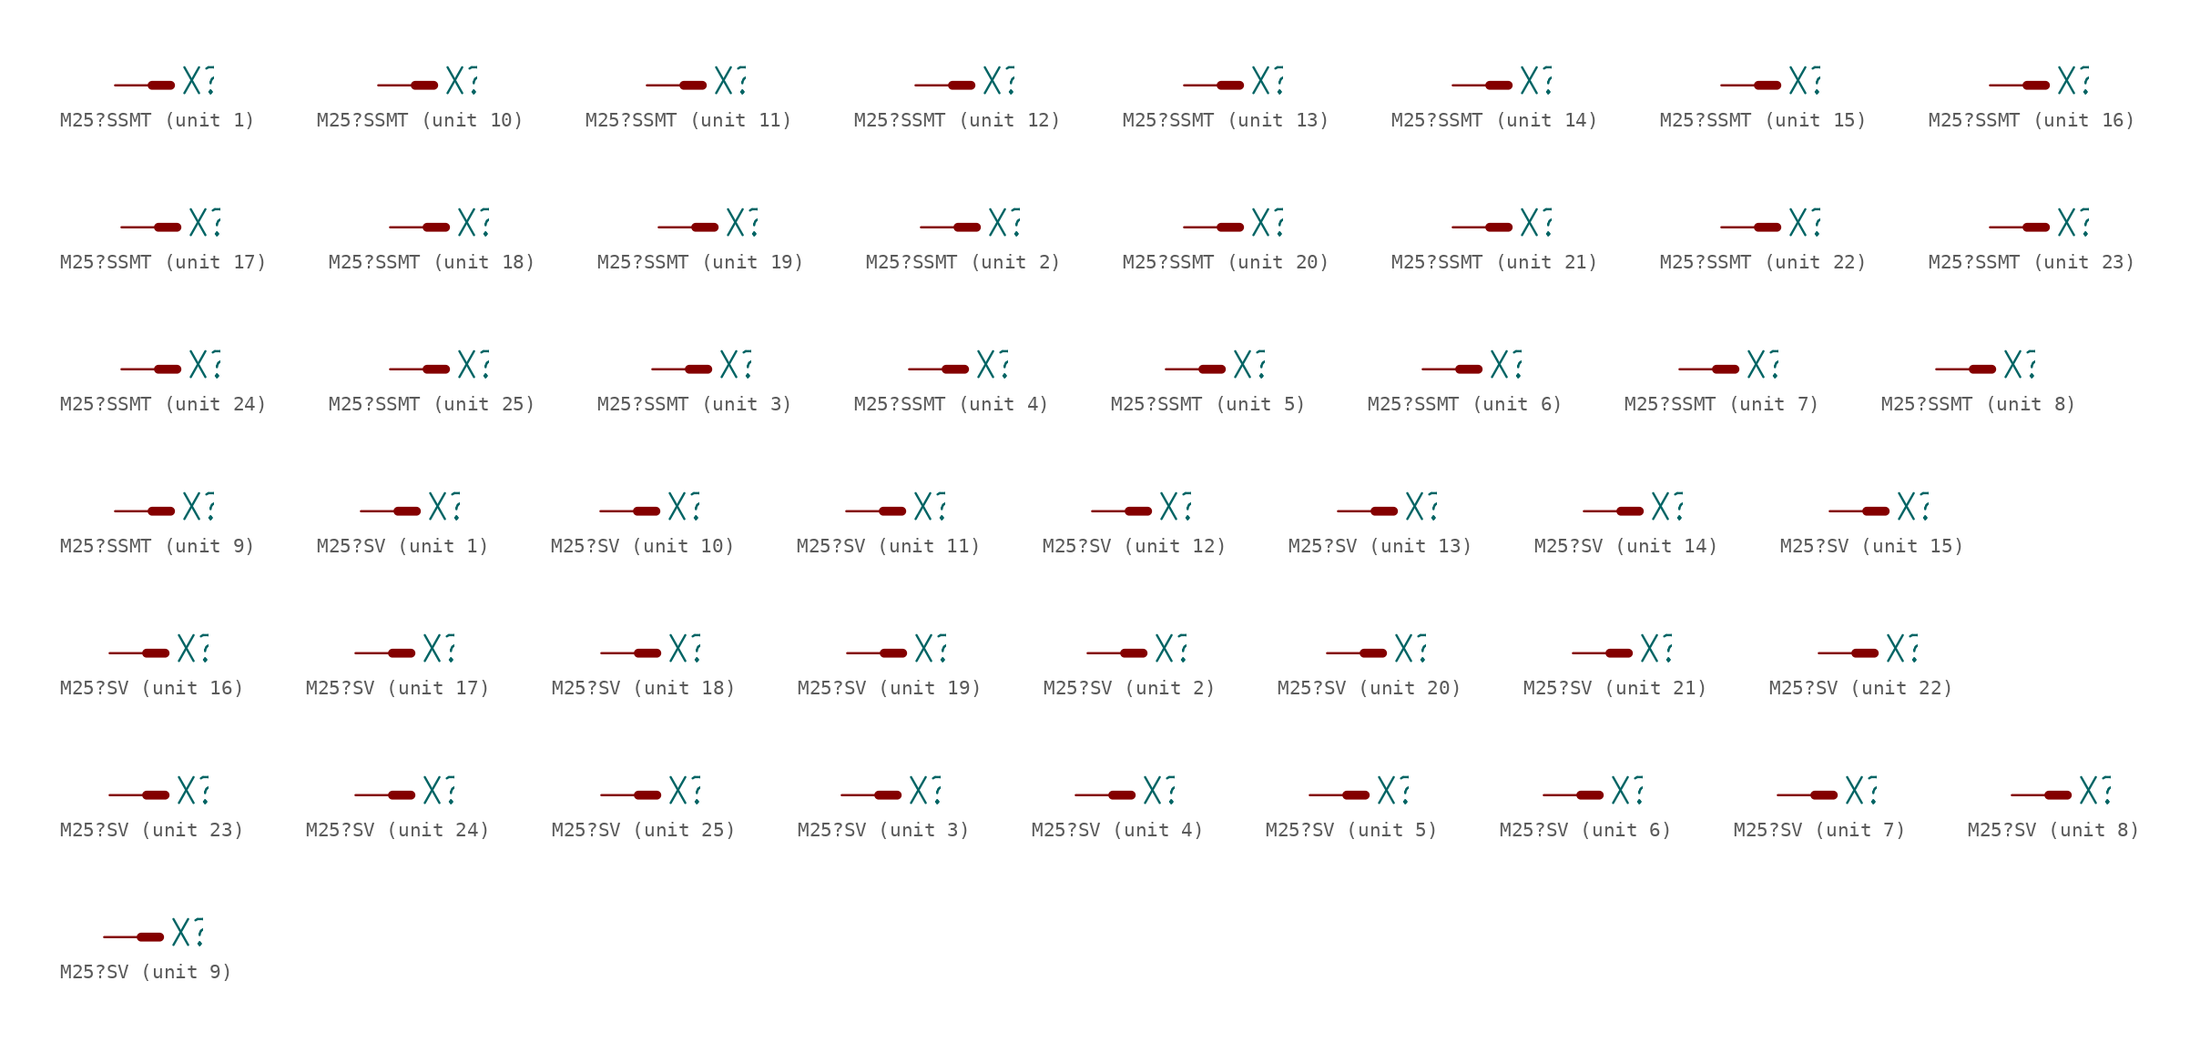
<source format=kicad_sym>
(kicad_symbol_lib
  (version 20220914)
  (generator kicad_symbol_editor)
  (symbol "M25?SSMT"
    (property "Reference" "X"
      (at 1.905 -0.762 0)
      (effects (font (size 1.778 1.511)) (justify left bottom)))
    (property "ki_locked" ""
      (at 0 0 0)
      (effects (font (size 1.27 1.27))))
    (symbol "M25?SSMT_1_0"
      (polyline (pts (xy 0 0) (xy 1.27 0)) (stroke (width 0.61) (type solid)) (fill (type none)))
      (pin passive line (at -2.54 0 0) (length 2.54) (name "M" (effects (font (size 0 0)))) (number "1" (effects (font (size 0 0))))))
    (symbol "M25?SSMT_2_0"
      (polyline (pts (xy 0 0) (xy 1.27 0)) (stroke (width 0.61) (type solid)) (fill (type none)))
      (pin passive line (at -2.54 0 0) (length 2.54) (name "M" (effects (font (size 0 0)))) (number "2" (effects (font (size 0 0))))))
    (symbol "M25?SSMT_3_0"
      (polyline (pts (xy 0 0) (xy 1.27 0)) (stroke (width 0.61) (type solid)) (fill (type none)))
      (pin passive line (at -2.54 0 0) (length 2.54) (name "M" (effects (font (size 0 0)))) (number "3" (effects (font (size 0 0))))))
    (symbol "M25?SSMT_4_0"
      (polyline (pts (xy 0 0) (xy 1.27 0)) (stroke (width 0.61) (type solid)) (fill (type none)))
      (pin passive line (at -2.54 0 0) (length 2.54) (name "M" (effects (font (size 0 0)))) (number "4" (effects (font (size 0 0))))))
    (symbol "M25?SSMT_5_0"
      (polyline (pts (xy 0 0) (xy 1.27 0)) (stroke (width 0.61) (type solid)) (fill (type none)))
      (pin passive line (at -2.54 0 0) (length 2.54) (name "M" (effects (font (size 0 0)))) (number "5" (effects (font (size 0 0))))))
    (symbol "M25?SSMT_6_0"
      (polyline (pts (xy 0 0) (xy 1.27 0)) (stroke (width 0.61) (type solid)) (fill (type none)))
      (pin passive line (at -2.54 0 0) (length 2.54) (name "M" (effects (font (size 0 0)))) (number "6" (effects (font (size 0 0))))))
    (symbol "M25?SSMT_7_0"
      (polyline (pts (xy 0 0) (xy 1.27 0)) (stroke (width 0.61) (type solid)) (fill (type none)))
      (pin passive line (at -2.54 0 0) (length 2.54) (name "M" (effects (font (size 0 0)))) (number "7" (effects (font (size 0 0))))))
    (symbol "M25?SSMT_8_0"
      (polyline (pts (xy 0 0) (xy 1.27 0)) (stroke (width 0.61) (type solid)) (fill (type none)))
      (pin passive line (at -2.54 0 0) (length 2.54) (name "M" (effects (font (size 0 0)))) (number "8" (effects (font (size 0 0))))))
    (symbol "M25?SSMT_9_0"
      (polyline (pts (xy 0 0) (xy 1.27 0)) (stroke (width 0.61) (type solid)) (fill (type none)))
      (pin passive line (at -2.54 0 0) (length 2.54) (name "M" (effects (font (size 0 0)))) (number "9" (effects (font (size 0 0))))))
    (symbol "M25?SSMT_10_0"
      (polyline (pts (xy 0 0) (xy 1.27 0)) (stroke (width 0.61) (type solid)) (fill (type none)))
      (pin passive line (at -2.54 0 0) (length 2.54) (name "M" (effects (font (size 0 0)))) (number "10" (effects (font (size 0 0))))))
    (symbol "M25?SSMT_11_0"
      (polyline (pts (xy 0 0) (xy 1.27 0)) (stroke (width 0.61) (type solid)) (fill (type none)))
      (pin passive line (at -2.54 0 0) (length 2.54) (name "M" (effects (font (size 0 0)))) (number "11" (effects (font (size 0 0))))))
    (symbol "M25?SSMT_12_0"
      (polyline (pts (xy 0 0) (xy 1.27 0)) (stroke (width 0.61) (type solid)) (fill (type none)))
      (pin passive line (at -2.54 0 0) (length 2.54) (name "M" (effects (font (size 0 0)))) (number "12" (effects (font (size 0 0))))))
    (symbol "M25?SSMT_13_0"
      (polyline (pts (xy 0 0) (xy 1.27 0)) (stroke (width 0.61) (type solid)) (fill (type none)))
      (pin passive line (at -2.54 0 0) (length 2.54) (name "M" (effects (font (size 0 0)))) (number "13" (effects (font (size 0 0))))))
    (symbol "M25?SSMT_14_0"
      (polyline (pts (xy 0 0) (xy 1.27 0)) (stroke (width 0.61) (type solid)) (fill (type none)))
      (pin passive line (at -2.54 0 0) (length 2.54) (name "M" (effects (font (size 0 0)))) (number "14" (effects (font (size 0 0))))))
    (symbol "M25?SSMT_15_0"
      (polyline (pts (xy 0 0) (xy 1.27 0)) (stroke (width 0.61) (type solid)) (fill (type none)))
      (pin passive line (at -2.54 0 0) (length 2.54) (name "M" (effects (font (size 0 0)))) (number "15" (effects (font (size 0 0))))))
    (symbol "M25?SSMT_16_0"
      (polyline (pts (xy 0 0) (xy 1.27 0)) (stroke (width 0.61) (type solid)) (fill (type none)))
      (pin passive line (at -2.54 0 0) (length 2.54) (name "M" (effects (font (size 0 0)))) (number "16" (effects (font (size 0 0))))))
    (symbol "M25?SSMT_17_0"
      (polyline (pts (xy 0 0) (xy 1.27 0)) (stroke (width 0.61) (type solid)) (fill (type none)))
      (pin passive line (at -2.54 0 0) (length 2.54) (name "M" (effects (font (size 0 0)))) (number "17" (effects (font (size 0 0))))))
    (symbol "M25?SSMT_18_0"
      (polyline (pts (xy 0 0) (xy 1.27 0)) (stroke (width 0.61) (type solid)) (fill (type none)))
      (pin passive line (at -2.54 0 0) (length 2.54) (name "M" (effects (font (size 0 0)))) (number "18" (effects (font (size 0 0))))))
    (symbol "M25?SSMT_19_0"
      (polyline (pts (xy 0 0) (xy 1.27 0)) (stroke (width 0.61) (type solid)) (fill (type none)))
      (pin passive line (at -2.54 0 0) (length 2.54) (name "M" (effects (font (size 0 0)))) (number "19" (effects (font (size 0 0))))))
    (symbol "M25?SSMT_20_0"
      (polyline (pts (xy 0 0) (xy 1.27 0)) (stroke (width 0.61) (type solid)) (fill (type none)))
      (pin passive line (at -2.54 0 0) (length 2.54) (name "M" (effects (font (size 0 0)))) (number "20" (effects (font (size 0 0))))))
    (symbol "M25?SSMT_21_0"
      (polyline (pts (xy 0 0) (xy 1.27 0)) (stroke (width 0.61) (type solid)) (fill (type none)))
      (pin passive line (at -2.54 0 0) (length 2.54) (name "M" (effects (font (size 0 0)))) (number "21" (effects (font (size 0 0))))))
    (symbol "M25?SSMT_22_0"
      (polyline (pts (xy 0 0) (xy 1.27 0)) (stroke (width 0.61) (type solid)) (fill (type none)))
      (pin passive line (at -2.54 0 0) (length 2.54) (name "M" (effects (font (size 0 0)))) (number "22" (effects (font (size 0 0))))))
    (symbol "M25?SSMT_23_0"
      (polyline (pts (xy 0 0) (xy 1.27 0)) (stroke (width 0.61) (type solid)) (fill (type none)))
      (pin passive line (at -2.54 0 0) (length 2.54) (name "M" (effects (font (size 0 0)))) (number "23" (effects (font (size 0 0))))))
    (symbol "M25?SSMT_24_0"
      (polyline (pts (xy 0 0) (xy 1.27 0)) (stroke (width 0.61) (type solid)) (fill (type none)))
      (pin passive line (at -2.54 0 0) (length 2.54) (name "M" (effects (font (size 0 0)))) (number "24" (effects (font (size 0 0))))))
    (symbol "M25?SSMT_25_0"
      (polyline (pts (xy 0 0) (xy 1.27 0)) (stroke (width 0.61) (type solid)) (fill (type none)))
      (pin passive line (at -2.54 0 0) (length 2.54) (name "M" (effects (font (size 0 0)))) (number "25" (effects (font (size 0 0)))))))
  (symbol "M25?SV"
    (property "Reference" "X"
      (at 1.905 -0.762 0)
      (effects (font (size 1.778 1.511)) (justify left bottom)))
    (property "ki_locked" ""
      (at 0 0 0)
      (effects (font (size 1.27 1.27))))
    (symbol "M25?SV_1_0"
      (polyline (pts (xy 0 0) (xy 1.27 0)) (stroke (width 0.61) (type solid)) (fill (type none)))
      (pin passive line (at -2.54 0 0) (length 2.54) (name "M" (effects (font (size 0 0)))) (number "1" (effects (font (size 0 0))))))
    (symbol "M25?SV_2_0"
      (polyline (pts (xy 0 0) (xy 1.27 0)) (stroke (width 0.61) (type solid)) (fill (type none)))
      (pin passive line (at -2.54 0 0) (length 2.54) (name "M" (effects (font (size 0 0)))) (number "2" (effects (font (size 0 0))))))
    (symbol "M25?SV_3_0"
      (polyline (pts (xy 0 0) (xy 1.27 0)) (stroke (width 0.61) (type solid)) (fill (type none)))
      (pin passive line (at -2.54 0 0) (length 2.54) (name "M" (effects (font (size 0 0)))) (number "3" (effects (font (size 0 0))))))
    (symbol "M25?SV_4_0"
      (polyline (pts (xy 0 0) (xy 1.27 0)) (stroke (width 0.61) (type solid)) (fill (type none)))
      (pin passive line (at -2.54 0 0) (length 2.54) (name "M" (effects (font (size 0 0)))) (number "4" (effects (font (size 0 0))))))
    (symbol "M25?SV_5_0"
      (polyline (pts (xy 0 0) (xy 1.27 0)) (stroke (width 0.61) (type solid)) (fill (type none)))
      (pin passive line (at -2.54 0 0) (length 2.54) (name "M" (effects (font (size 0 0)))) (number "5" (effects (font (size 0 0))))))
    (symbol "M25?SV_6_0"
      (polyline (pts (xy 0 0) (xy 1.27 0)) (stroke (width 0.61) (type solid)) (fill (type none)))
      (pin passive line (at -2.54 0 0) (length 2.54) (name "M" (effects (font (size 0 0)))) (number "6" (effects (font (size 0 0))))))
    (symbol "M25?SV_7_0"
      (polyline (pts (xy 0 0) (xy 1.27 0)) (stroke (width 0.61) (type solid)) (fill (type none)))
      (pin passive line (at -2.54 0 0) (length 2.54) (name "M" (effects (font (size 0 0)))) (number "7" (effects (font (size 0 0))))))
    (symbol "M25?SV_8_0"
      (polyline (pts (xy 0 0) (xy 1.27 0)) (stroke (width 0.61) (type solid)) (fill (type none)))
      (pin passive line (at -2.54 0 0) (length 2.54) (name "M" (effects (font (size 0 0)))) (number "8" (effects (font (size 0 0))))))
    (symbol "M25?SV_9_0"
      (polyline (pts (xy 0 0) (xy 1.27 0)) (stroke (width 0.61) (type solid)) (fill (type none)))
      (pin passive line (at -2.54 0 0) (length 2.54) (name "M" (effects (font (size 0 0)))) (number "9" (effects (font (size 0 0))))))
    (symbol "M25?SV_10_0"
      (polyline (pts (xy 0 0) (xy 1.27 0)) (stroke (width 0.61) (type solid)) (fill (type none)))
      (pin passive line (at -2.54 0 0) (length 2.54) (name "M" (effects (font (size 0 0)))) (number "10" (effects (font (size 0 0))))))
    (symbol "M25?SV_11_0"
      (polyline (pts (xy 0 0) (xy 1.27 0)) (stroke (width 0.61) (type solid)) (fill (type none)))
      (pin passive line (at -2.54 0 0) (length 2.54) (name "M" (effects (font (size 0 0)))) (number "11" (effects (font (size 0 0))))))
    (symbol "M25?SV_12_0"
      (polyline (pts (xy 0 0) (xy 1.27 0)) (stroke (width 0.61) (type solid)) (fill (type none)))
      (pin passive line (at -2.54 0 0) (length 2.54) (name "M" (effects (font (size 0 0)))) (number "12" (effects (font (size 0 0))))))
    (symbol "M25?SV_13_0"
      (polyline (pts (xy 0 0) (xy 1.27 0)) (stroke (width 0.61) (type solid)) (fill (type none)))
      (pin passive line (at -2.54 0 0) (length 2.54) (name "M" (effects (font (size 0 0)))) (number "13" (effects (font (size 0 0))))))
    (symbol "M25?SV_14_0"
      (polyline (pts (xy 0 0) (xy 1.27 0)) (stroke (width 0.61) (type solid)) (fill (type none)))
      (pin passive line (at -2.54 0 0) (length 2.54) (name "M" (effects (font (size 0 0)))) (number "14" (effects (font (size 0 0))))))
    (symbol "M25?SV_15_0"
      (polyline (pts (xy 0 0) (xy 1.27 0)) (stroke (width 0.61) (type solid)) (fill (type none)))
      (pin passive line (at -2.54 0 0) (length 2.54) (name "M" (effects (font (size 0 0)))) (number "15" (effects (font (size 0 0))))))
    (symbol "M25?SV_16_0"
      (polyline (pts (xy 0 0) (xy 1.27 0)) (stroke (width 0.61) (type solid)) (fill (type none)))
      (pin passive line (at -2.54 0 0) (length 2.54) (name "M" (effects (font (size 0 0)))) (number "16" (effects (font (size 0 0))))))
    (symbol "M25?SV_17_0"
      (polyline (pts (xy 0 0) (xy 1.27 0)) (stroke (width 0.61) (type solid)) (fill (type none)))
      (pin passive line (at -2.54 0 0) (length 2.54) (name "M" (effects (font (size 0 0)))) (number "17" (effects (font (size 0 0))))))
    (symbol "M25?SV_18_0"
      (polyline (pts (xy 0 0) (xy 1.27 0)) (stroke (width 0.61) (type solid)) (fill (type none)))
      (pin passive line (at -2.54 0 0) (length 2.54) (name "M" (effects (font (size 0 0)))) (number "18" (effects (font (size 0 0))))))
    (symbol "M25?SV_19_0"
      (polyline (pts (xy 0 0) (xy 1.27 0)) (stroke (width 0.61) (type solid)) (fill (type none)))
      (pin passive line (at -2.54 0 0) (length 2.54) (name "M" (effects (font (size 0 0)))) (number "19" (effects (font (size 0 0))))))
    (symbol "M25?SV_20_0"
      (polyline (pts (xy 0 0) (xy 1.27 0)) (stroke (width 0.61) (type solid)) (fill (type none)))
      (pin passive line (at -2.54 0 0) (length 2.54) (name "M" (effects (font (size 0 0)))) (number "20" (effects (font (size 0 0))))))
    (symbol "M25?SV_21_0"
      (polyline (pts (xy 0 0) (xy 1.27 0)) (stroke (width 0.61) (type solid)) (fill (type none)))
      (pin passive line (at -2.54 0 0) (length 2.54) (name "M" (effects (font (size 0 0)))) (number "21" (effects (font (size 0 0))))))
    (symbol "M25?SV_22_0"
      (polyline (pts (xy 0 0) (xy 1.27 0)) (stroke (width 0.61) (type solid)) (fill (type none)))
      (pin passive line (at -2.54 0 0) (length 2.54) (name "M" (effects (font (size 0 0)))) (number "22" (effects (font (size 0 0))))))
    (symbol "M25?SV_23_0"
      (polyline (pts (xy 0 0) (xy 1.27 0)) (stroke (width 0.61) (type solid)) (fill (type none)))
      (pin passive line (at -2.54 0 0) (length 2.54) (name "M" (effects (font (size 0 0)))) (number "23" (effects (font (size 0 0))))))
    (symbol "M25?SV_24_0"
      (polyline (pts (xy 0 0) (xy 1.27 0)) (stroke (width 0.61) (type solid)) (fill (type none)))
      (pin passive line (at -2.54 0 0) (length 2.54) (name "M" (effects (font (size 0 0)))) (number "24" (effects (font (size 0 0))))))
    (symbol "M25?SV_25_0"
      (polyline (pts (xy 0 0) (xy 1.27 0)) (stroke (width 0.61) (type solid)) (fill (type none)))
      (pin passive line (at -2.54 0 0) (length 2.54) (name "M" (effects (font (size 0 0)))) (number "25" (effects (font (size 0 0))))))))
</source>
